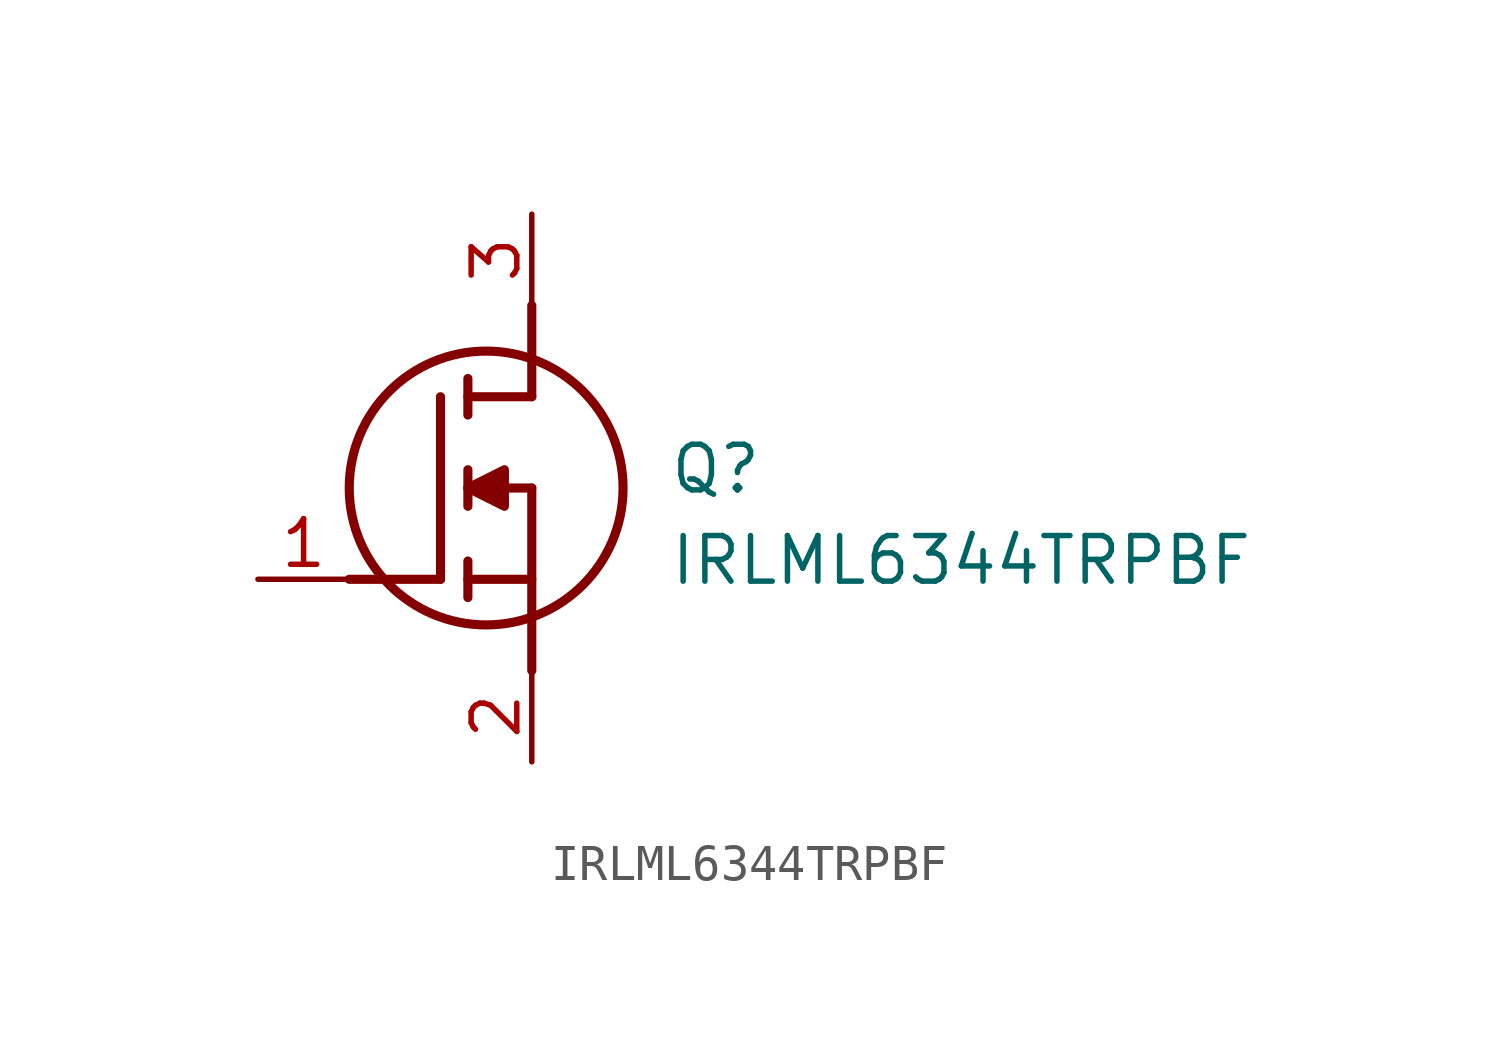
<source format=kicad_sym>
(kicad_symbol_lib
  (version 20211014)
  (generator SamacSys_ECAD_Model)
  (symbol "IRLML6344TRPBF"
    (pin_names hide)
    (property "Reference" "Q"
      (at 11.43 3.81 0)
      (effects (font (size 1.27 1.27)) (justify left top)))
    (property "Value" "IRLML6344TRPBF"
      (at 11.43 1.27 0)
      (effects (font (size 1.27 1.27)) (justify left top)))
    (polyline
      (pts (xy 7.62 2.54) (xy 7.62 -2.54))
      (stroke (width 0.254) (type default))
      (fill (type none)))
    (polyline
      (pts (xy 7.62 5.08) (xy 7.62 7.62))
      (stroke (width 0.254) (type default))
      (fill (type none)))
    (polyline
      (pts (xy 2.54 0) (xy 5.08 0))
      (stroke (width 0.254) (type default))
      (fill (type none)))
    (polyline
      (pts (xy 5.08 5.08) (xy 5.08 0))
      (stroke (width 0.254) (type default))
      (fill (type none)))
    (polyline
      (pts (xy 7.62 2.54) (xy 5.842 2.54))
      (stroke (width 0.254) (type default))
      (fill (type none)))
    (polyline
      (pts (xy 7.62 5.08) (xy 5.842 5.08))
      (stroke (width 0.254) (type default))
      (fill (type none)))
    (polyline
      (pts (xy 5.842 0) (xy 7.62 0))
      (stroke (width 0.254) (type default))
      (fill (type none)))
    (polyline
      (pts (xy 5.842 5.588) (xy 5.842 4.572))
      (stroke (width 0.254) (type default))
      (fill (type none)))
    (polyline
      (pts (xy 5.842 -0.508) (xy 5.842 0.508))
      (stroke (width 0.254) (type default))
      (fill (type none)))
    (polyline
      (pts (xy 5.842 2.032) (xy 5.842 3.048))
      (stroke (width 0.254) (type default))
      (fill (type none)))
    (circle
      (center 6.35 2.54)
      (radius 3.81)
      (stroke (width 0.254) (type default))
      (fill (type none)))
    (polyline
      (pts (xy 5.842 2.54) (xy 6.858 3.048) (xy 6.858 2.032) (xy 5.842 2.54))
      (stroke (width 0.254) (type default))
      (fill (type outline)))
    (pin passive line
      (at 0 0 0)
      (length 2.54)
      (name "G" (effects (font (size 1.27 1.27))))
      (number "1" (effects (font (size 1.27 1.27)))))
    (pin passive line
      (at 7.62 10.16 270)
      (length 2.54)
      (name "D" (effects (font (size 1.27 1.27))))
      (number "3" (effects (font (size 1.27 1.27)))))
    (pin passive line
      (at 7.62 -5.08 90)
      (length 2.54)
      (name "S" (effects (font (size 1.27 1.27))))
      (number "2" (effects (font (size 1.27 1.27)))))))
</source>
